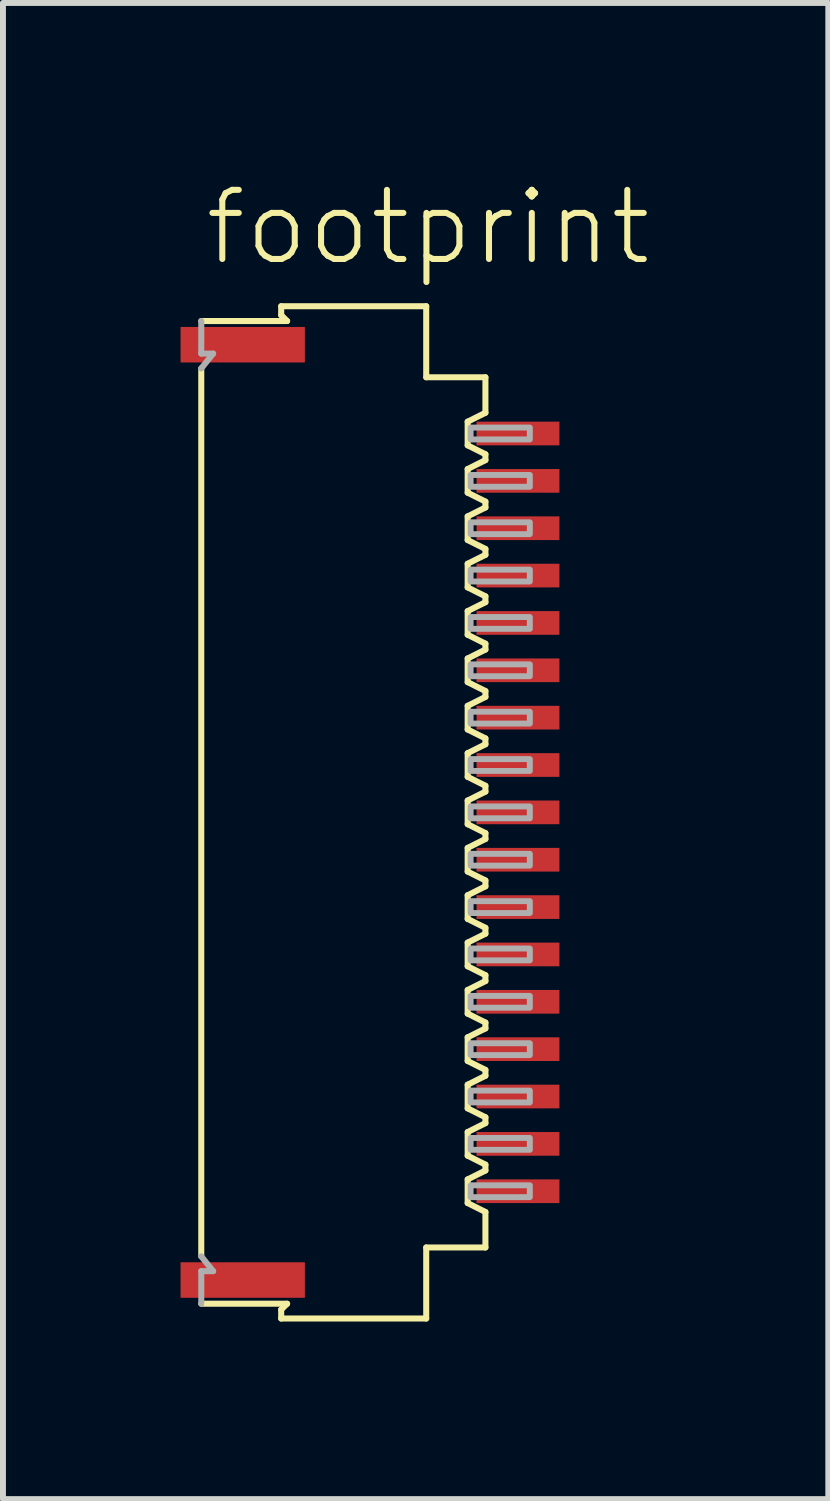
<source format=kicad_pcb>
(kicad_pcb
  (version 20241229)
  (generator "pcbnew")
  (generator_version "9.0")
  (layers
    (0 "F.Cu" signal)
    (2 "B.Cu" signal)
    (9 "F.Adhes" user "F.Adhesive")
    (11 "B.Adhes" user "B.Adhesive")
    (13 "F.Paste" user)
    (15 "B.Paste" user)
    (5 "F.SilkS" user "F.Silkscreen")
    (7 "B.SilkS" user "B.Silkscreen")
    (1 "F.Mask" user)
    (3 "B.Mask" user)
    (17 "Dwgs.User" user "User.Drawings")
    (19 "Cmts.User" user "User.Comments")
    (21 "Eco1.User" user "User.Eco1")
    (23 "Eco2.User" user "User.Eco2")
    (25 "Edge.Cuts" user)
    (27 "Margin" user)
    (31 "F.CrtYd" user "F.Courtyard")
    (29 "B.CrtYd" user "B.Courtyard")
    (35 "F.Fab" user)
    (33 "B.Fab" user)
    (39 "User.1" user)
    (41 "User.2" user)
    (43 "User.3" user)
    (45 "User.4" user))
  (footprint "footprint"
    (layer "F.Cu")
    (at 3.16 10.673)
    (property "Reference" "footprint" (at -2.8 -9.2 0) (layer "F.SilkS") (effects (font (size 1.168 1.168) (thickness 0.102)) (justify left bottom)))
    (fp_line (start -2.81 -7.5) (end -2.81 7.5) (stroke (width 0.102) (type solid)) (layer "F.SilkS"))
    (fp_line (start -1.46 -8.55) (end -1.46 -8.4) (stroke (width 0.102) (type solid)) (layer "F.SilkS"))
    (fp_line (start -1.46 -8.4) (end -1.36 -8.3) (stroke (width 0.102) (type solid)) (layer "F.SilkS"))
    (fp_line (start -1.46 8.4) (end -1.46 8.55) (stroke (width 0.102) (type solid)) (layer "F.SilkS"))
    (fp_line (start -1.36 -8.3) (end -2.81 -8.3) (stroke (width 0.102) (type solid)) (layer "F.SilkS"))
    (fp_line (start -1.36 8.3) (end -2.81 8.3) (stroke (width 0.102) (type solid)) (layer "F.SilkS"))
    (fp_line (start -1.36 8.3) (end -1.46 8.4) (stroke (width 0.102) (type solid)) (layer "F.SilkS"))
    (fp_line (start 0.99 -8.55) (end -1.46 -8.55) (stroke (width 0.102) (type solid)) (layer "F.SilkS"))
    (fp_line (start 0.99 -7.35) (end 0.99 -8.55) (stroke (width 0.102) (type solid)) (layer "F.SilkS"))
    (fp_line (start 0.99 7.35) (end 1.99 7.35) (stroke (width 0.102) (type solid)) (layer "F.SilkS"))
    (fp_line (start 0.99 8.55) (end -1.46 8.55) (stroke (width 0.102) (type solid)) (layer "F.SilkS"))
    (fp_line (start 0.99 8.55) (end 0.99 7.35) (stroke (width 0.102) (type solid)) (layer "F.SilkS"))
    (fp_line (start 1.69 -6.6) (end 1.99 -6.75) (stroke (width 0.102) (type solid)) (layer "F.SilkS"))
    (fp_line (start 1.69 -6.2) (end 1.69 -6.6) (stroke (width 0.102) (type solid)) (layer "F.SilkS"))
    (fp_line (start 1.69 -5.8) (end 1.69 -5.4) (stroke (width 0.102) (type solid)) (layer "F.SilkS"))
    (fp_line (start 1.69 -5.4) (end 1.99 -5.25) (stroke (width 0.102) (type solid)) (layer "F.SilkS"))
    (fp_line (start 1.69 -4.6) (end 1.69 -5) (stroke (width 0.102) (type solid)) (layer "F.SilkS"))
    (fp_line (start 1.69 -4.2) (end 1.69 -3.8) (stroke (width 0.102) (type solid)) (layer "F.SilkS"))
    (fp_line (start 1.69 -3.8) (end 1.99 -3.65) (stroke (width 0.102) (type solid)) (layer "F.SilkS"))
    (fp_line (start 1.69 -3) (end 1.69 -3.4) (stroke (width 0.102) (type solid)) (layer "F.SilkS"))
    (fp_line (start 1.69 -2.6) (end 1.69 -2.2) (stroke (width 0.102) (type solid)) (layer "F.SilkS"))
    (fp_line (start 1.69 -2.2) (end 1.99 -2.05) (stroke (width 0.102) (type solid)) (layer "F.SilkS"))
    (fp_line (start 1.69 -1.4) (end 1.69 -1.8) (stroke (width 0.102) (type solid)) (layer "F.SilkS"))
    (fp_line (start 1.69 -1) (end 1.69 -0.6) (stroke (width 0.102) (type solid)) (layer "F.SilkS"))
    (fp_line (start 1.69 -0.6) (end 1.99 -0.45) (stroke (width 0.102) (type solid)) (layer "F.SilkS"))
    (fp_line (start 1.69 0.2) (end 1.69 -0.2) (stroke (width 0.102) (type solid)) (layer "F.SilkS"))
    (fp_line (start 1.69 0.6) (end 1.69 1) (stroke (width 0.102) (type solid)) (layer "F.SilkS"))
    (fp_line (start 1.69 1) (end 1.99 1.15) (stroke (width 0.102) (type solid)) (layer "F.SilkS"))
    (fp_line (start 1.69 1.8) (end 1.69 1.4) (stroke (width 0.102) (type solid)) (layer "F.SilkS"))
    (fp_line (start 1.69 2.2) (end 1.69 2.6) (stroke (width 0.102) (type solid)) (layer "F.SilkS"))
    (fp_line (start 1.69 2.6) (end 1.99 2.75) (stroke (width 0.102) (type solid)) (layer "F.SilkS"))
    (fp_line (start 1.69 3.4) (end 1.69 3) (stroke (width 0.102) (type solid)) (layer "F.SilkS"))
    (fp_line (start 1.69 3.8) (end 1.69 4.2) (stroke (width 0.102) (type solid)) (layer "F.SilkS"))
    (fp_line (start 1.69 4.2) (end 1.99 4.35) (stroke (width 0.102) (type solid)) (layer "F.SilkS"))
    (fp_line (start 1.69 5) (end 1.69 4.6) (stroke (width 0.102) (type solid)) (layer "F.SilkS"))
    (fp_line (start 1.69 5.4) (end 1.69 5.8) (stroke (width 0.102) (type solid)) (layer "F.SilkS"))
    (fp_line (start 1.69 5.8) (end 1.99 5.95) (stroke (width 0.102) (type solid)) (layer "F.SilkS"))
    (fp_line (start 1.69 6.6) (end 1.69 6.2) (stroke (width 0.102) (type solid)) (layer "F.SilkS"))
    (fp_line (start 1.69 6.6) (end 1.99 6.75) (stroke (width 0.102) (type solid)) (layer "F.SilkS"))
    (fp_line (start 1.99 -7.35) (end 0.99 -7.35) (stroke (width 0.102) (type solid)) (layer "F.SilkS"))
    (fp_line (start 1.99 -6.75) (end 1.99 -7.35) (stroke (width 0.102) (type solid)) (layer "F.SilkS"))
    (fp_line (start 1.99 -6.05) (end 1.69 -6.2) (stroke (width 0.102) (type solid)) (layer "F.SilkS"))
    (fp_line (start 1.99 -6.05) (end 1.99 -5.95) (stroke (width 0.102) (type solid)) (layer "F.SilkS"))
    (fp_line (start 1.99 -5.95) (end 1.69 -5.8) (stroke (width 0.102) (type solid)) (layer "F.SilkS"))
    (fp_line (start 1.99 -5.25) (end 1.99 -5.15) (stroke (width 0.102) (type solid)) (layer "F.SilkS"))
    (fp_line (start 1.99 -5.15) (end 1.69 -5) (stroke (width 0.102) (type solid)) (layer "F.SilkS"))
    (fp_line (start 1.99 -4.45) (end 1.69 -4.6) (stroke (width 0.102) (type solid)) (layer "F.SilkS"))
    (fp_line (start 1.99 -4.45) (end 1.99 -4.35) (stroke (width 0.102) (type solid)) (layer "F.SilkS"))
    (fp_line (start 1.99 -4.35) (end 1.69 -4.2) (stroke (width 0.102) (type solid)) (layer "F.SilkS"))
    (fp_line (start 1.99 -3.65) (end 1.99 -3.55) (stroke (width 0.102) (type solid)) (layer "F.SilkS"))
    (fp_line (start 1.99 -3.55) (end 1.69 -3.4) (stroke (width 0.102) (type solid)) (layer "F.SilkS"))
    (fp_line (start 1.99 -2.85) (end 1.69 -3) (stroke (width 0.102) (type solid)) (layer "F.SilkS"))
    (fp_line (start 1.99 -2.85) (end 1.99 -2.75) (stroke (width 0.102) (type solid)) (layer "F.SilkS"))
    (fp_line (start 1.99 -2.75) (end 1.69 -2.6) (stroke (width 0.102) (type solid)) (layer "F.SilkS"))
    (fp_line (start 1.99 -2.05) (end 1.99 -1.95) (stroke (width 0.102) (type solid)) (layer "F.SilkS"))
    (fp_line (start 1.99 -1.95) (end 1.69 -1.8) (stroke (width 0.102) (type solid)) (layer "F.SilkS"))
    (fp_line (start 1.99 -1.25) (end 1.69 -1.4) (stroke (width 0.102) (type solid)) (layer "F.SilkS"))
    (fp_line (start 1.99 -1.25) (end 1.99 -1.15) (stroke (width 0.102) (type solid)) (layer "F.SilkS"))
    (fp_line (start 1.99 -1.15) (end 1.69 -1) (stroke (width 0.102) (type solid)) (layer "F.SilkS"))
    (fp_line (start 1.99 -0.45) (end 1.99 -0.35) (stroke (width 0.102) (type solid)) (layer "F.SilkS"))
    (fp_line (start 1.99 -0.35) (end 1.69 -0.2) (stroke (width 0.102) (type solid)) (layer "F.SilkS"))
    (fp_line (start 1.99 0.35) (end 1.69 0.2) (stroke (width 0.102) (type solid)) (layer "F.SilkS"))
    (fp_line (start 1.99 0.35) (end 1.99 0.45) (stroke (width 0.102) (type solid)) (layer "F.SilkS"))
    (fp_line (start 1.99 0.45) (end 1.69 0.6) (stroke (width 0.102) (type solid)) (layer "F.SilkS"))
    (fp_line (start 1.99 1.15) (end 1.99 1.25) (stroke (width 0.102) (type solid)) (layer "F.SilkS"))
    (fp_line (start 1.99 1.25) (end 1.69 1.4) (stroke (width 0.102) (type solid)) (layer "F.SilkS"))
    (fp_line (start 1.99 1.95) (end 1.69 1.8) (stroke (width 0.102) (type solid)) (layer "F.SilkS"))
    (fp_line (start 1.99 1.95) (end 1.99 2.05) (stroke (width 0.102) (type solid)) (layer "F.SilkS"))
    (fp_line (start 1.99 2.05) (end 1.69 2.2) (stroke (width 0.102) (type solid)) (layer "F.SilkS"))
    (fp_line (start 1.99 2.75) (end 1.99 2.85) (stroke (width 0.102) (type solid)) (layer "F.SilkS"))
    (fp_line (start 1.99 2.85) (end 1.69 3) (stroke (width 0.102) (type solid)) (layer "F.SilkS"))
    (fp_line (start 1.99 3.55) (end 1.69 3.4) (stroke (width 0.102) (type solid)) (layer "F.SilkS"))
    (fp_line (start 1.99 3.55) (end 1.99 3.65) (stroke (width 0.102) (type solid)) (layer "F.SilkS"))
    (fp_line (start 1.99 3.65) (end 1.69 3.8) (stroke (width 0.102) (type solid)) (layer "F.SilkS"))
    (fp_line (start 1.99 4.35) (end 1.99 4.45) (stroke (width 0.102) (type solid)) (layer "F.SilkS"))
    (fp_line (start 1.99 4.45) (end 1.69 4.6) (stroke (width 0.102) (type solid)) (layer "F.SilkS"))
    (fp_line (start 1.99 5.15) (end 1.69 5) (stroke (width 0.102) (type solid)) (layer "F.SilkS"))
    (fp_line (start 1.99 5.15) (end 1.99 5.25) (stroke (width 0.102) (type solid)) (layer "F.SilkS"))
    (fp_line (start 1.99 5.25) (end 1.69 5.4) (stroke (width 0.102) (type solid)) (layer "F.SilkS"))
    (fp_line (start 1.99 5.95) (end 1.99 6.05) (stroke (width 0.102) (type solid)) (layer "F.SilkS"))
    (fp_line (start 1.99 6.05) (end 1.69 6.2) (stroke (width 0.102) (type solid)) (layer "F.SilkS"))
    (fp_line (start 1.99 7.35) (end 1.99 6.75) (stroke (width 0.102) (type solid)) (layer "F.SilkS"))
    (fp_line (start -2.81 -8.3) (end -2.81 -7.75) (stroke (width 0.102) (type solid)) (layer "F.Fab"))
    (fp_line (start -2.81 -7.75) (end -2.61 -7.75) (stroke (width 0.102) (type solid)) (layer "F.Fab"))
    (fp_line (start -2.81 7.5) (end -2.61 7.75) (stroke (width 0.102) (type solid)) (layer "F.Fab"))
    (fp_line (start -2.81 7.75) (end -2.81 8.3) (stroke (width 0.102) (type solid)) (layer "F.Fab"))
    (fp_line (start -2.81 7.75) (end -2.61 7.75) (stroke (width 0.102) (type solid)) (layer "F.Fab"))
    (fp_line (start -2.61 -7.75) (end -2.81 -7.5) (stroke (width 0.102) (type solid)) (layer "F.Fab"))
    (fp_poly (pts (xy 1.74 -6.3) (xy 2.74 -6.3) (xy 2.74 -6.5) (xy 1.74 -6.5)) (stroke (width 0.1) (type solid)) (fill no) (layer "F.Fab"))
    (fp_poly (pts (xy 1.74 -5.5) (xy 2.74 -5.5) (xy 2.74 -5.7) (xy 1.74 -5.7)) (stroke (width 0.1) (type solid)) (fill no) (layer "F.Fab"))
    (fp_poly (pts (xy 1.74 -4.7) (xy 2.74 -4.7) (xy 2.74 -4.9) (xy 1.74 -4.9)) (stroke (width 0.1) (type solid)) (fill no) (layer "F.Fab"))
    (fp_poly (pts (xy 1.74 -3.9) (xy 2.74 -3.9) (xy 2.74 -4.1) (xy 1.74 -4.1)) (stroke (width 0.1) (type solid)) (fill no) (layer "F.Fab"))
    (fp_poly (pts (xy 1.74 -3.1) (xy 2.74 -3.1) (xy 2.74 -3.3) (xy 1.74 -3.3)) (stroke (width 0.1) (type solid)) (fill no) (layer "F.Fab"))
    (fp_poly (pts (xy 1.74 -2.3) (xy 2.74 -2.3) (xy 2.74 -2.5) (xy 1.74 -2.5)) (stroke (width 0.1) (type solid)) (fill no) (layer "F.Fab"))
    (fp_poly (pts (xy 1.74 -1.5) (xy 2.74 -1.5) (xy 2.74 -1.7) (xy 1.74 -1.7)) (stroke (width 0.1) (type solid)) (fill no) (layer "F.Fab"))
    (fp_poly (pts (xy 1.74 -0.7) (xy 2.74 -0.7) (xy 2.74 -0.9) (xy 1.74 -0.9)) (stroke (width 0.1) (type solid)) (fill no) (layer "F.Fab"))
    (fp_poly (pts (xy 1.74 0.1) (xy 2.74 0.1) (xy 2.74 -0.1) (xy 1.74 -0.1)) (stroke (width 0.1) (type solid)) (fill no) (layer "F.Fab"))
    (fp_poly (pts (xy 1.74 0.9) (xy 2.74 0.9) (xy 2.74 0.7) (xy 1.74 0.7)) (stroke (width 0.1) (type solid)) (fill no) (layer "F.Fab"))
    (fp_poly (pts (xy 1.74 1.7) (xy 2.74 1.7) (xy 2.74 1.5) (xy 1.74 1.5)) (stroke (width 0.1) (type solid)) (fill no) (layer "F.Fab"))
    (fp_poly (pts (xy 1.74 2.5) (xy 2.74 2.5) (xy 2.74 2.3) (xy 1.74 2.3)) (stroke (width 0.1) (type solid)) (fill no) (layer "F.Fab"))
    (fp_poly (pts (xy 1.74 3.3) (xy 2.74 3.3) (xy 2.74 3.1) (xy 1.74 3.1)) (stroke (width 0.1) (type solid)) (fill no) (layer "F.Fab"))
    (fp_poly (pts (xy 1.74 4.1) (xy 2.74 4.1) (xy 2.74 3.9) (xy 1.74 3.9)) (stroke (width 0.1) (type solid)) (fill no) (layer "F.Fab"))
    (fp_poly (pts (xy 1.74 4.9) (xy 2.74 4.9) (xy 2.74 4.7) (xy 1.74 4.7)) (stroke (width 0.1) (type solid)) (fill no) (layer "F.Fab"))
    (fp_poly (pts (xy 1.74 5.7) (xy 2.74 5.7) (xy 2.74 5.5) (xy 1.74 5.5)) (stroke (width 0.1) (type solid)) (fill no) (layer "F.Fab"))
    (fp_poly (pts (xy 1.74 6.5) (xy 2.74 6.5) (xy 2.74 6.3) (xy 1.74 6.3)) (stroke (width 0.1) (type solid)) (fill no) (layer "F.Fab"))
    (pad "1" smd rect (at 2.54 -6.4) (size 1.4 0.4) (layers "F.Cu" "F.Mask" "F.Paste"))
    (pad "2" smd rect (at 2.54 -5.6) (size 1.4 0.4) (layers "F.Cu" "F.Mask" "F.Paste"))
    (pad "3" smd rect (at 2.54 -4.8) (size 1.4 0.4) (layers "F.Cu" "F.Mask" "F.Paste"))
    (pad "4" smd rect (at 2.54 -4) (size 1.4 0.4) (layers "F.Cu" "F.Mask" "F.Paste"))
    (pad "5" smd rect (at 2.54 -3.2) (size 1.4 0.4) (layers "F.Cu" "F.Mask" "F.Paste"))
    (pad "6" smd rect (at 2.54 -2.4) (size 1.4 0.4) (layers "F.Cu" "F.Mask" "F.Paste"))
    (pad "7" smd rect (at 2.54 -1.6) (size 1.4 0.4) (layers "F.Cu" "F.Mask" "F.Paste"))
    (pad "8" smd rect (at 2.54 -0.8) (size 1.4 0.4) (layers "F.Cu" "F.Mask" "F.Paste"))
    (pad "9" smd rect (at 2.54 0) (size 1.4 0.4) (layers "F.Cu" "F.Mask" "F.Paste"))
    (pad "10" smd rect (at 2.54 0.8) (size 1.4 0.4) (layers "F.Cu" "F.Mask" "F.Paste"))
    (pad "11" smd rect (at 2.54 1.6) (size 1.4 0.4) (layers "F.Cu" "F.Mask" "F.Paste"))
    (pad "12" smd rect (at 2.54 2.4) (size 1.4 0.4) (layers "F.Cu" "F.Mask" "F.Paste"))
    (pad "13" smd rect (at 2.54 3.2) (size 1.4 0.4) (layers "F.Cu" "F.Mask" "F.Paste"))
    (pad "14" smd rect (at 2.54 4) (size 1.4 0.4) (layers "F.Cu" "F.Mask" "F.Paste"))
    (pad "15" smd rect (at 2.54 4.8) (size 1.4 0.4) (layers "F.Cu" "F.Mask" "F.Paste"))
    (pad "16" smd rect (at 2.54 5.6) (size 1.4 0.4) (layers "F.Cu" "F.Mask" "F.Paste"))
    (pad "17" smd rect (at 2.54 6.4) (size 1.4 0.4) (layers "F.Cu" "F.Mask" "F.Paste"))
    (pad "M1" smd rect (at -2.11 -7.9) (size 2.1 0.6) (layers "F.Cu" "F.Mask" "F.Paste"))
    (pad "M2" smd rect (at -2.11 7.9) (size 2.1 0.6) (layers "F.Cu" "F.Mask" "F.Paste")))
  (gr_rect
    (start -3 -3)
    (end 10.942 22.274)
    (stroke (width 0.1) (type default))
    (fill no)
    (layer "Edge.Cuts")))
</source>
